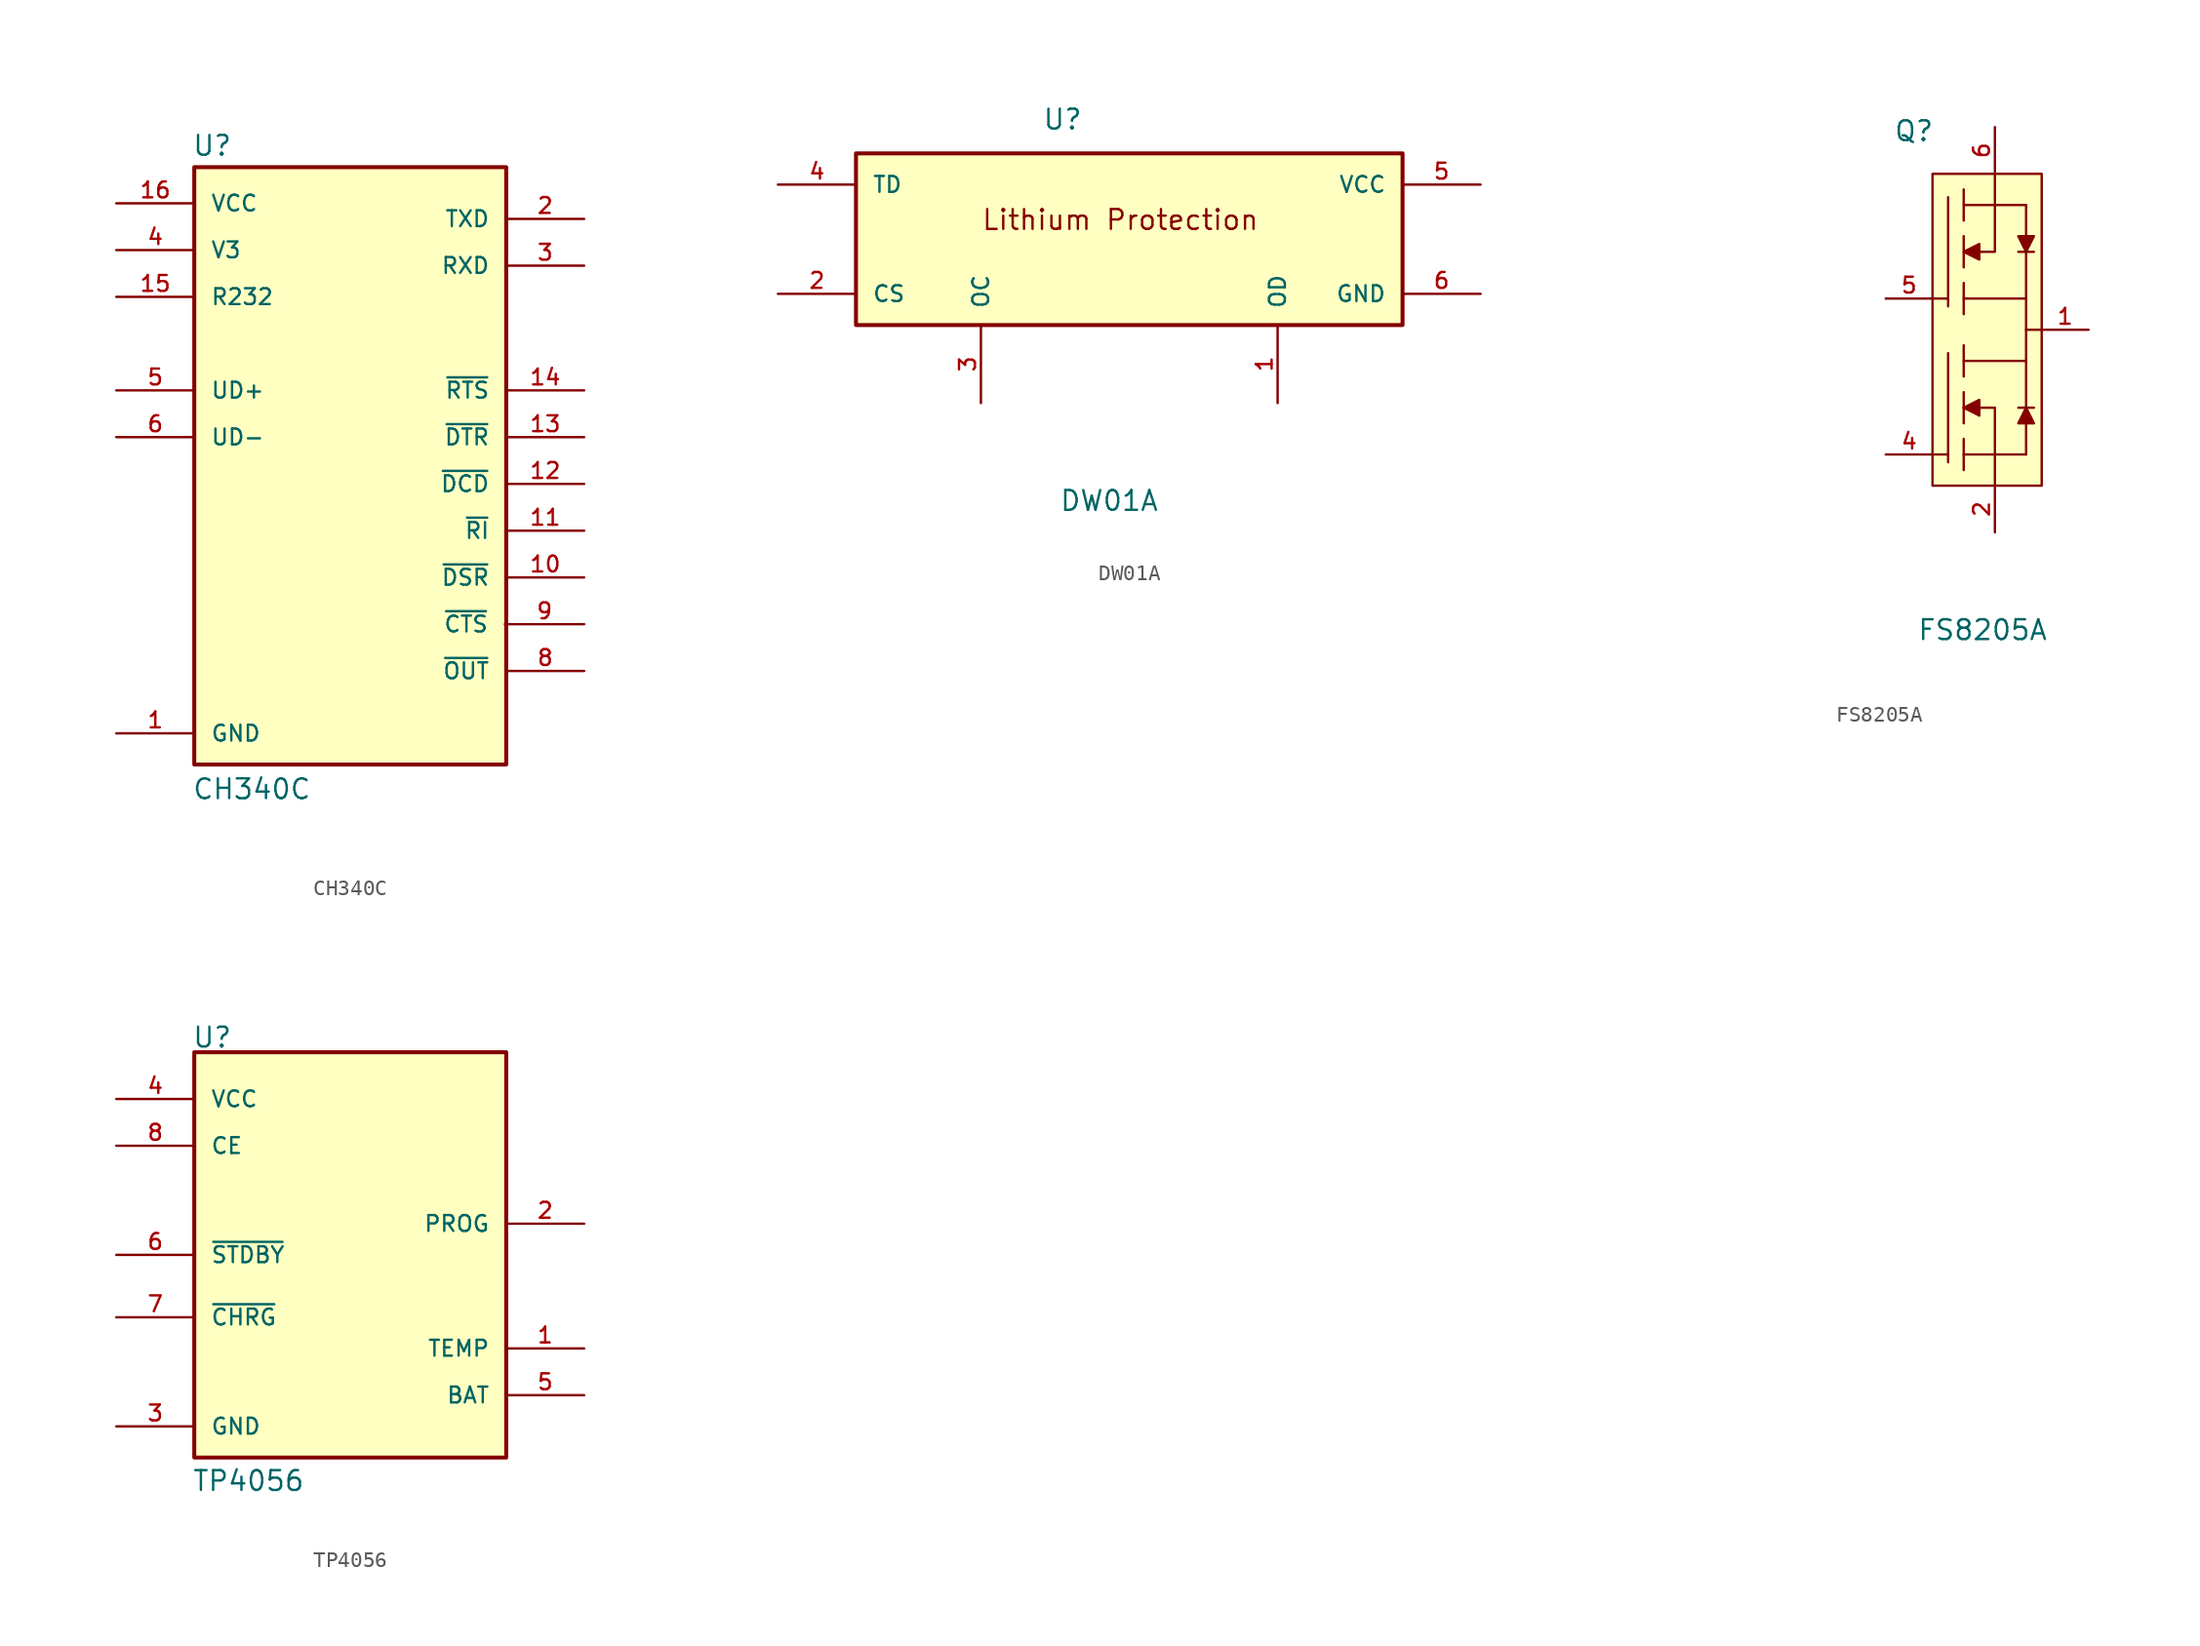
<source format=kicad_sym>
(kicad_symbol_lib
  (version 20211014)
  (generator kicad_symbol_editor)
  (symbol "CH340C"
    (pin_names
      (offset 1.016))
    (property "Reference" "U"
      (at -10.16 20.955 0)
      (effects (font (size 1.27 1.27)) (justify left bottom)))
    (property "Value" "CH340C"
      (at -10.16 -20.32 0)
      (effects (font (size 1.27 1.27)) (justify left bottom)))
    (symbol "CH340C_0_0"
      (rectangle (start -10 20.32) (end 10 -18) (stroke (width 0.254) (type default) (color 0 0 0 0)) (fill (type background)))
      (pin passive line (at -15 -16 0) (length 5) (name "GND" (effects (font (size 1.016 1.016)))) (number "1" (effects (font (size 1.016 1.016)))))
      (pin passive line (at 15 -6 180) (length 5) (name "~{DSR}" (effects (font (size 1.016 1.016)))) (number "10" (effects (font (size 1.016 1.016)))))
      (pin passive line (at 15 -3 180) (length 5) (name "~{RI}" (effects (font (size 1.016 1.016)))) (number "11" (effects (font (size 1.016 1.016)))))
      (pin passive line (at 15 0 180) (length 5) (name "~{DCD}" (effects (font (size 1.016 1.016)))) (number "12" (effects (font (size 1.016 1.016)))))
      (pin passive line (at 15 3 180) (length 5) (name "~{DTR}" (effects (font (size 1.016 1.016)))) (number "13" (effects (font (size 1.016 1.016)))))
      (pin passive line (at 15 6 180) (length 5) (name "~{RTS}" (effects (font (size 1.016 1.016)))) (number "14" (effects (font (size 1.016 1.016)))))
      (pin passive line (at -15 12 0) (length 5) (name "R232" (effects (font (size 1.016 1.016)))) (number "15" (effects (font (size 1.016 1.016)))))
      (pin passive line (at -15 18 0) (length 5) (name "VCC" (effects (font (size 1.016 1.016)))) (number "16" (effects (font (size 1.016 1.016)))))
      (pin passive line (at 15 17 180) (length 5) (name "TXD" (effects (font (size 1.016 1.016)))) (number "2" (effects (font (size 1.016 1.016)))))
      (pin passive line (at 15 14 180) (length 5) (name "RXD" (effects (font (size 1.016 1.016)))) (number "3" (effects (font (size 1.016 1.016)))))
      (pin passive line (at -15 15 0) (length 5) (name "V3" (effects (font (size 1.016 1.016)))) (number "4" (effects (font (size 1.016 1.016)))))
      (pin passive line (at -15 6 0) (length 5) (name "UD+" (effects (font (size 1.016 1.016)))) (number "5" (effects (font (size 1.016 1.016)))))
      (pin passive line (at -15 3 0) (length 5) (name "UD-" (effects (font (size 1.016 1.016)))) (number "6" (effects (font (size 1.016 1.016)))))
      (pin passive line (at 15 -12 180) (length 5) (name "~{OUT}" (effects (font (size 1.016 1.016)))) (number "8" (effects (font (size 1.016 1.016)))))
      (pin passive line (at 15 -9 180) (length 5.08) (name "~{CTS}" (effects (font (size 1.016 1.016)))) (number "9" (effects (font (size 1.016 1.016)))))))
  (symbol "DW01A"
    (pin_names
      (offset 1.016))
    (property "Reference" "U"
      (at -5.08 11.43 0)
      (effects (font (size 1.27 1.27)) (justify left bottom)))
    (property "Value" "DW01A"
      (at -4 -13 0)
      (effects (font (size 1.27 1.27)) (justify left bottom)))
    (symbol "DW01A_0_0"
      (rectangle (start -17 10) (end 18 -1) (stroke (width 0.254) (type default) (color 0 0 0 0)) (fill (type background)))
      (text "Lithium Protection" (at -9 5 0) (effects (font (size 1.27 1.27)) (justify left bottom)))
      (pin passive line (at 10 -6 90) (length 5) (name "OD" (effects (font (size 1.016 1.016)))) (number "1" (effects (font (size 1.016 1.016)))))
      (pin passive line (at -22 1 0) (length 5) (name "CS" (effects (font (size 1.016 1.016)))) (number "2" (effects (font (size 1.016 1.016)))))
      (pin passive line (at -9 -6 90) (length 5) (name "OC" (effects (font (size 1.016 1.016)))) (number "3" (effects (font (size 1.016 1.016)))))
      (pin passive line (at -22 8 0) (length 5) (name "TD" (effects (font (size 1.016 1.016)))) (number "4" (effects (font (size 1.016 1.016)))))
      (pin passive line (at 23 8 180) (length 5) (name "VCC" (effects (font (size 1.016 1.016)))) (number "5" (effects (font (size 1.016 1.016)))))
      (pin passive line (at 23 1 180) (length 5) (name "GND" (effects (font (size 1.016 1.016)))) (number "6" (effects (font (size 1.016 1.016)))))))
  (symbol "FS8205A"
    (pin_names
      (offset 1.016))
    (property "Reference" "Q"
      (at -5.5 12 0)
      (effects (font (size 1.27 1.27)) (justify left bottom)))
    (property "Value" "FS8205A"
      (at -4 -20 0)
      (effects (font (size 1.27 1.27)) (justify left bottom)))
    (property "LCSC" ""
      (at -20 0.5 0)
      (effects (font (size 1.27 1.27))))
    (symbol "FS8205A_0_0"
      (pin passive line (at 7 0 180) (length 3) (name "~" (effects (font (size 1.016 1.016)))) (number "1" (effects (font (size 1.016 1.016)))))
      (pin passive line (at 1 -13 90) (length 3) (name "~" (effects (font (size 1.016 1.016)))) (number "2" (effects (font (size 1.016 1.016)))))
      (pin passive line (at 1 -13 90) (length 3) hide (name "~" (effects (font (size 1.016 1.016)))) (number "3" (effects (font (size 1.016 1.016)))))
      (pin passive line (at -6 -8 0) (length 3) (name "~" (effects (font (size 1.016 1.016)))) (number "4" (effects (font (size 1.016 1.016)))))
      (pin passive line (at -6 2 0) (length 3) (name "~" (effects (font (size 1.016 1.016)))) (number "5" (effects (font (size 1.016 1.016)))))
      (pin passive line (at 1 13 270) (length 3) (name "~" (effects (font (size 1.016 1.016)))) (number "6" (effects (font (size 1.016 1.016)))))
      (pin passive line (at 1 13 270) (length 3) hide (name "~" (effects (font (size 1.016 1.016)))) (number "7" (effects (font (size 1.016 1.016)))))
      (pin passive line (at 7 0 180) (length 3) hide (name "~" (effects (font (size 1.016 1.016)))) (number "8" (effects (font (size 1.016 1.016))))))
    (symbol "FS8205A_0_1"
      (rectangle (start -3 10) (end 4 -10) (stroke (width 0) (type default) (color 0 0 0 0)) (fill (type background)))
      (polyline (pts (xy -3 -8) (xy -2 -8)) (stroke (width 0) (type default) (color 0 0 0 0)) (fill (type none)))
      (polyline (pts (xy -3 2) (xy -2 2)) (stroke (width 0) (type default) (color 0 0 0 0)) (fill (type none)))
      (polyline (pts (xy -2 -1.5) (xy -2 -8.5)) (stroke (width 0) (type default) (color 0 0 0 0)) (fill (type none)))
      (polyline (pts (xy -2 8.5) (xy -2 1.5)) (stroke (width 0) (type default) (color 0 0 0 0)) (fill (type none)))
      (polyline (pts (xy -1 -8) (xy 3 -8)) (stroke (width 0) (type default) (color 0 0 0 0)) (fill (type none)))
      (polyline (pts (xy -1 -7) (xy -1 -9)) (stroke (width 0) (type default) (color 0 0 0 0)) (fill (type none)))
      (polyline (pts (xy -1 -6) (xy -1 -4)) (stroke (width 0) (type default) (color 0 0 0 0)) (fill (type none)))
      (polyline (pts (xy -1 -5) (xy 0 -5.5)) (stroke (width 0) (type default) (color 0 0 0 0)) (fill (type none)))
      (polyline (pts (xy -1 -3) (xy -1 -1)) (stroke (width 0) (type default) (color 0 0 0 0)) (fill (type none)))
      (polyline (pts (xy -1 -2) (xy 3 -2)) (stroke (width 0) (type default) (color 0 0 0 0)) (fill (type none)))
      (polyline (pts (xy -1 2) (xy 3 2)) (stroke (width 0) (type default) (color 0 0 0 0)) (fill (type none)))
      (polyline (pts (xy -1 3) (xy -1 1)) (stroke (width 0) (type default) (color 0 0 0 0)) (fill (type none)))
      (polyline (pts (xy -1 6) (xy -1 4)) (stroke (width 0) (type default) (color 0 0 0 0)) (fill (type none)))
      (polyline (pts (xy -1 8) (xy 3 8)) (stroke (width 0) (type default) (color 0 0 0 0)) (fill (type none)))
      (polyline (pts (xy -1 9) (xy -1 7)) (stroke (width 0) (type default) (color 0 0 0 0)) (fill (type none)))
      (polyline (pts (xy 1 -10) (xy 1 -8)) (stroke (width 0) (type default) (color 0 0 0 0)) (fill (type none)))
      (polyline (pts (xy 1 10) (xy 1 8)) (stroke (width 0) (type default) (color 0 0 0 0)) (fill (type none)))
      (polyline (pts (xy 2.5 -5) (xy 3.5 -5)) (stroke (width 0) (type default) (color 0 0 0 0)) (fill (type none)))
      (polyline (pts (xy 2.5 5) (xy 3.5 5)) (stroke (width 0) (type default) (color 0 0 0 0)) (fill (type none)))
      (polyline (pts (xy 3 8) (xy 3 -8)) (stroke (width 0) (type default) (color 0 0 0 0)) (fill (type none)))
      (polyline (pts (xy 4 0) (xy 3 0)) (stroke (width 0) (type default) (color 0 0 0 0)) (fill (type none)))
      (polyline (pts (xy -1 -5) (xy 0 -4.5) (xy 0 -5.5)) (stroke (width 0) (type default) (color 0 0 0 0)) (fill (type outline)))
      (polyline (pts (xy 0 -5) (xy 1 -5) (xy 1 -8)) (stroke (width 0) (type default) (color 0 0 0 0)) (fill (type none)))
      (polyline (pts (xy 0 5) (xy 1 5) (xy 1 8)) (stroke (width 0) (type default) (color 0 0 0 0)) (fill (type none)))
      (polyline (pts (xy -1 5) (xy 0 4.5) (xy 0 5.5) (xy -1 5)) (stroke (width 0) (type default) (color 0 0 0 0)) (fill (type outline)))
      (polyline (pts (xy 3 -5) (xy 2.5 -6) (xy 3.5 -6) (xy 3 -5)) (stroke (width 0) (type default) (color 0 0 0 0)) (fill (type outline)))
      (polyline (pts (xy 3 5) (xy 2.5 6) (xy 3.5 6) (xy 3 5)) (stroke (width 0) (type default) (color 0 0 0 0)) (fill (type outline)))))
  (symbol "TP4056"
    (pin_names
      (offset 1.016))
    (property "Reference" "U"
      (at -10.16 13.208 0)
      (effects (font (size 1.27 1.27)) (justify left bottom)))
    (property "Value" "TP4056"
      (at -10.16 -15.24 0)
      (effects (font (size 1.27 1.27)) (justify left bottom)))
    (property "LCSC" ""
      (at 0 0 0)
      (effects (font (size 1.27 1.27))))
    (symbol "TP4056_0_0"
      (rectangle (start -10 13) (end 10 -13) (stroke (width 0.254) (type default) (color 0 0 0 0)) (fill (type background)))
      (pin passive line (at 15 -6 180) (length 5) (name "TEMP" (effects (font (size 1.016 1.016)))) (number "1" (effects (font (size 1.016 1.016)))))
      (pin passive line (at 15 2 180) (length 5) (name "PROG" (effects (font (size 1.016 1.016)))) (number "2" (effects (font (size 1.016 1.016)))))
      (pin passive line (at -15 -11 0) (length 5) (name "GND" (effects (font (size 1.016 1.016)))) (number "3" (effects (font (size 1.016 1.016)))))
      (pin passive line (at -15 10 0) (length 5) (name "VCC" (effects (font (size 1.016 1.016)))) (number "4" (effects (font (size 1.016 1.016)))))
      (pin passive line (at 15 -9 180) (length 5) (name "BAT" (effects (font (size 1.016 1.016)))) (number "5" (effects (font (size 1.016 1.016)))))
      (pin passive line (at -15 0 0) (length 5) (name "~{STDBY}" (effects (font (size 1.016 1.016)))) (number "6" (effects (font (size 1.016 1.016)))))
      (pin passive line (at -15 -4 0) (length 5) (name "~{CHRG}" (effects (font (size 1.016 1.016)))) (number "7" (effects (font (size 1.016 1.016)))))
      (pin passive line (at -15 7 0) (length 5) (name "CE" (effects (font (size 1.016 1.016)))) (number "8" (effects (font (size 1.016 1.016))))))))
</source>
